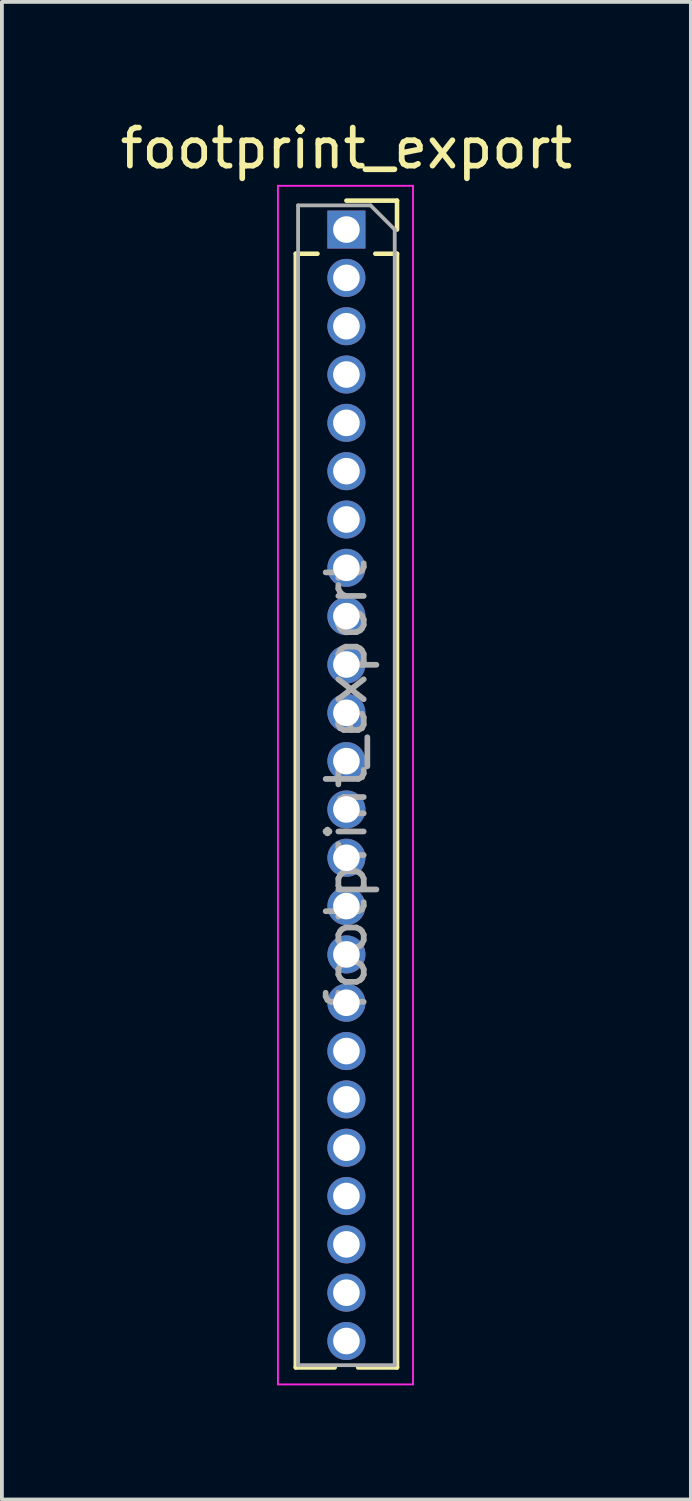
<source format=kicad_pcb>
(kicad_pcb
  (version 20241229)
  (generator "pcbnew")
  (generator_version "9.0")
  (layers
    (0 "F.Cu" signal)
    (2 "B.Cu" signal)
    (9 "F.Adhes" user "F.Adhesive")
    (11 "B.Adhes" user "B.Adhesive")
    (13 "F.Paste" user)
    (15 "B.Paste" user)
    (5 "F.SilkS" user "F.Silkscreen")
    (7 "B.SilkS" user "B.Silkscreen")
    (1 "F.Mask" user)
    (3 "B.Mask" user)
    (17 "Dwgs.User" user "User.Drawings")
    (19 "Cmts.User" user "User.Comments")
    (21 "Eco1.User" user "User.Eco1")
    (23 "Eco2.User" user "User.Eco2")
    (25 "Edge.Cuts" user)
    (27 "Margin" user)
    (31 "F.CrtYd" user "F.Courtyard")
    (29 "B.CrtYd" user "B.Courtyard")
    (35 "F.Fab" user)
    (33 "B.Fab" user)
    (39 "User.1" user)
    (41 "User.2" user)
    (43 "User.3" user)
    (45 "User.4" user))
  (footprint "footprint_export"
    (layer "F.Cu")
    (at 6.054 2.983)
    (property "Reference" "footprint_export" (at 0 -2.135 0) (layer "F.SilkS") (effects (font (size 1 1) (thickness 0.15))))
    (attr through_hole)
    (fp_line (start -1.33 0.635) (end -1.33 29.905) (stroke (width 0.12) (type solid)) (layer "F.SilkS"))
    (fp_line (start -1.33 0.635) (end -0.76 0.635) (stroke (width 0.12) (type solid)) (layer "F.SilkS"))
    (fp_line (start -1.33 29.905) (end -0.308 29.905) (stroke (width 0.12) (type solid)) (layer "F.SilkS"))
    (fp_line (start 0 -0.76) (end 1.33 -0.76) (stroke (width 0.12) (type solid)) (layer "F.SilkS"))
    (fp_line (start 0.308 29.905) (end 1.33 29.905) (stroke (width 0.12) (type solid)) (layer "F.SilkS"))
    (fp_line (start 0.76 0.635) (end 1.33 0.635) (stroke (width 0.12) (type solid)) (layer "F.SilkS"))
    (fp_line (start 1.33 -0.76) (end 1.33 0) (stroke (width 0.12) (type solid)) (layer "F.SilkS"))
    (fp_line (start 1.33 0.635) (end 1.33 29.905) (stroke (width 0.12) (type solid)) (layer "F.SilkS"))
    (fp_line (start -1.8 -1.15) (end 1.75 -1.15) (stroke (width 0.05) (type solid)) (layer "F.CrtYd"))
    (fp_line (start -1.8 30.35) (end -1.8 -1.15) (stroke (width 0.05) (type solid)) (layer "F.CrtYd"))
    (fp_line (start 1.75 -1.15) (end 1.75 30.35) (stroke (width 0.05) (type solid)) (layer "F.CrtYd"))
    (fp_line (start 1.75 30.35) (end -1.8 30.35) (stroke (width 0.05) (type solid)) (layer "F.CrtYd"))
    (fp_line (start -1.27 -0.635) (end 0.635 -0.635) (stroke (width 0.1) (type solid)) (layer "F.Fab"))
    (fp_line (start -1.27 29.845) (end -1.27 -0.635) (stroke (width 0.1) (type solid)) (layer "F.Fab"))
    (fp_line (start 0.635 -0.635) (end 1.27 0) (stroke (width 0.1) (type solid)) (layer "F.Fab"))
    (fp_line (start 1.27 0) (end 1.27 29.845) (stroke (width 0.1) (type solid)) (layer "F.Fab"))
    (fp_line (start 1.27 29.845) (end -1.27 29.845) (stroke (width 0.1) (type solid)) (layer "F.Fab"))
    (fp_text user "${REFERENCE}" (at 0 14.605 90) (layer "F.Fab") (effects (font (size 1 1) (thickness 0.15))))
    (pad "1" thru_hole rect (at 0 0) (size 1 1) (drill 0.7) (layers "*.Cu" "*.Mask"))
    (pad "2" thru_hole oval (at 0 1.27) (size 1 1) (drill 0.7) (layers "*.Cu" "*.Mask"))
    (pad "3" thru_hole oval (at 0 2.54) (size 1 1) (drill 0.7) (layers "*.Cu" "*.Mask"))
    (pad "4" thru_hole oval (at 0 3.81) (size 1 1) (drill 0.7) (layers "*.Cu" "*.Mask"))
    (pad "5" thru_hole oval (at 0 5.08) (size 1 1) (drill 0.7) (layers "*.Cu" "*.Mask"))
    (pad "6" thru_hole oval (at 0 6.35) (size 1 1) (drill 0.7) (layers "*.Cu" "*.Mask"))
    (pad "7" thru_hole oval (at 0 7.62) (size 1 1) (drill 0.7) (layers "*.Cu" "*.Mask"))
    (pad "8" thru_hole oval (at 0 8.89) (size 1 1) (drill 0.7) (layers "*.Cu" "*.Mask"))
    (pad "9" thru_hole oval (at 0 10.16) (size 1 1) (drill 0.7) (layers "*.Cu" "*.Mask"))
    (pad "10" thru_hole oval (at 0 11.43) (size 1 1) (drill 0.7) (layers "*.Cu" "*.Mask"))
    (pad "11" thru_hole oval (at 0 12.7) (size 1 1) (drill 0.7) (layers "*.Cu" "*.Mask"))
    (pad "12" thru_hole oval (at 0 13.97) (size 1 1) (drill 0.7) (layers "*.Cu" "*.Mask"))
    (pad "13" thru_hole oval (at 0 15.24) (size 1 1) (drill 0.7) (layers "*.Cu" "*.Mask"))
    (pad "14" thru_hole oval (at 0 16.51) (size 1 1) (drill 0.7) (layers "*.Cu" "*.Mask"))
    (pad "15" thru_hole oval (at 0 17.78) (size 1 1) (drill 0.7) (layers "*.Cu" "*.Mask"))
    (pad "16" thru_hole oval (at 0 19.05) (size 1 1) (drill 0.7) (layers "*.Cu" "*.Mask"))
    (pad "17" thru_hole oval (at 0 20.32) (size 1 1) (drill 0.7) (layers "*.Cu" "*.Mask"))
    (pad "18" thru_hole oval (at 0 21.59) (size 1 1) (drill 0.7) (layers "*.Cu" "*.Mask"))
    (pad "19" thru_hole oval (at 0 22.86) (size 1 1) (drill 0.7) (layers "*.Cu" "*.Mask"))
    (pad "20" thru_hole oval (at 0 24.13) (size 1 1) (drill 0.7) (layers "*.Cu" "*.Mask"))
    (pad "21" thru_hole oval (at 0 25.4) (size 1 1) (drill 0.7) (layers "*.Cu" "*.Mask"))
    (pad "22" thru_hole oval (at 0 26.67) (size 1 1) (drill 0.7) (layers "*.Cu" "*.Mask"))
    (pad "23" thru_hole oval (at 0 27.94) (size 1 1) (drill 0.7) (layers "*.Cu" "*.Mask"))
    (pad "24" thru_hole oval (at 0 29.21) (size 1 1) (drill 0.7) (layers "*.Cu" "*.Mask")))
  (gr_rect
    (start -3 -3)
    (end 15.107 36.358)
    (stroke (width 0.1) (type default))
    (fill no)
    (layer "Edge.Cuts")))
</source>
